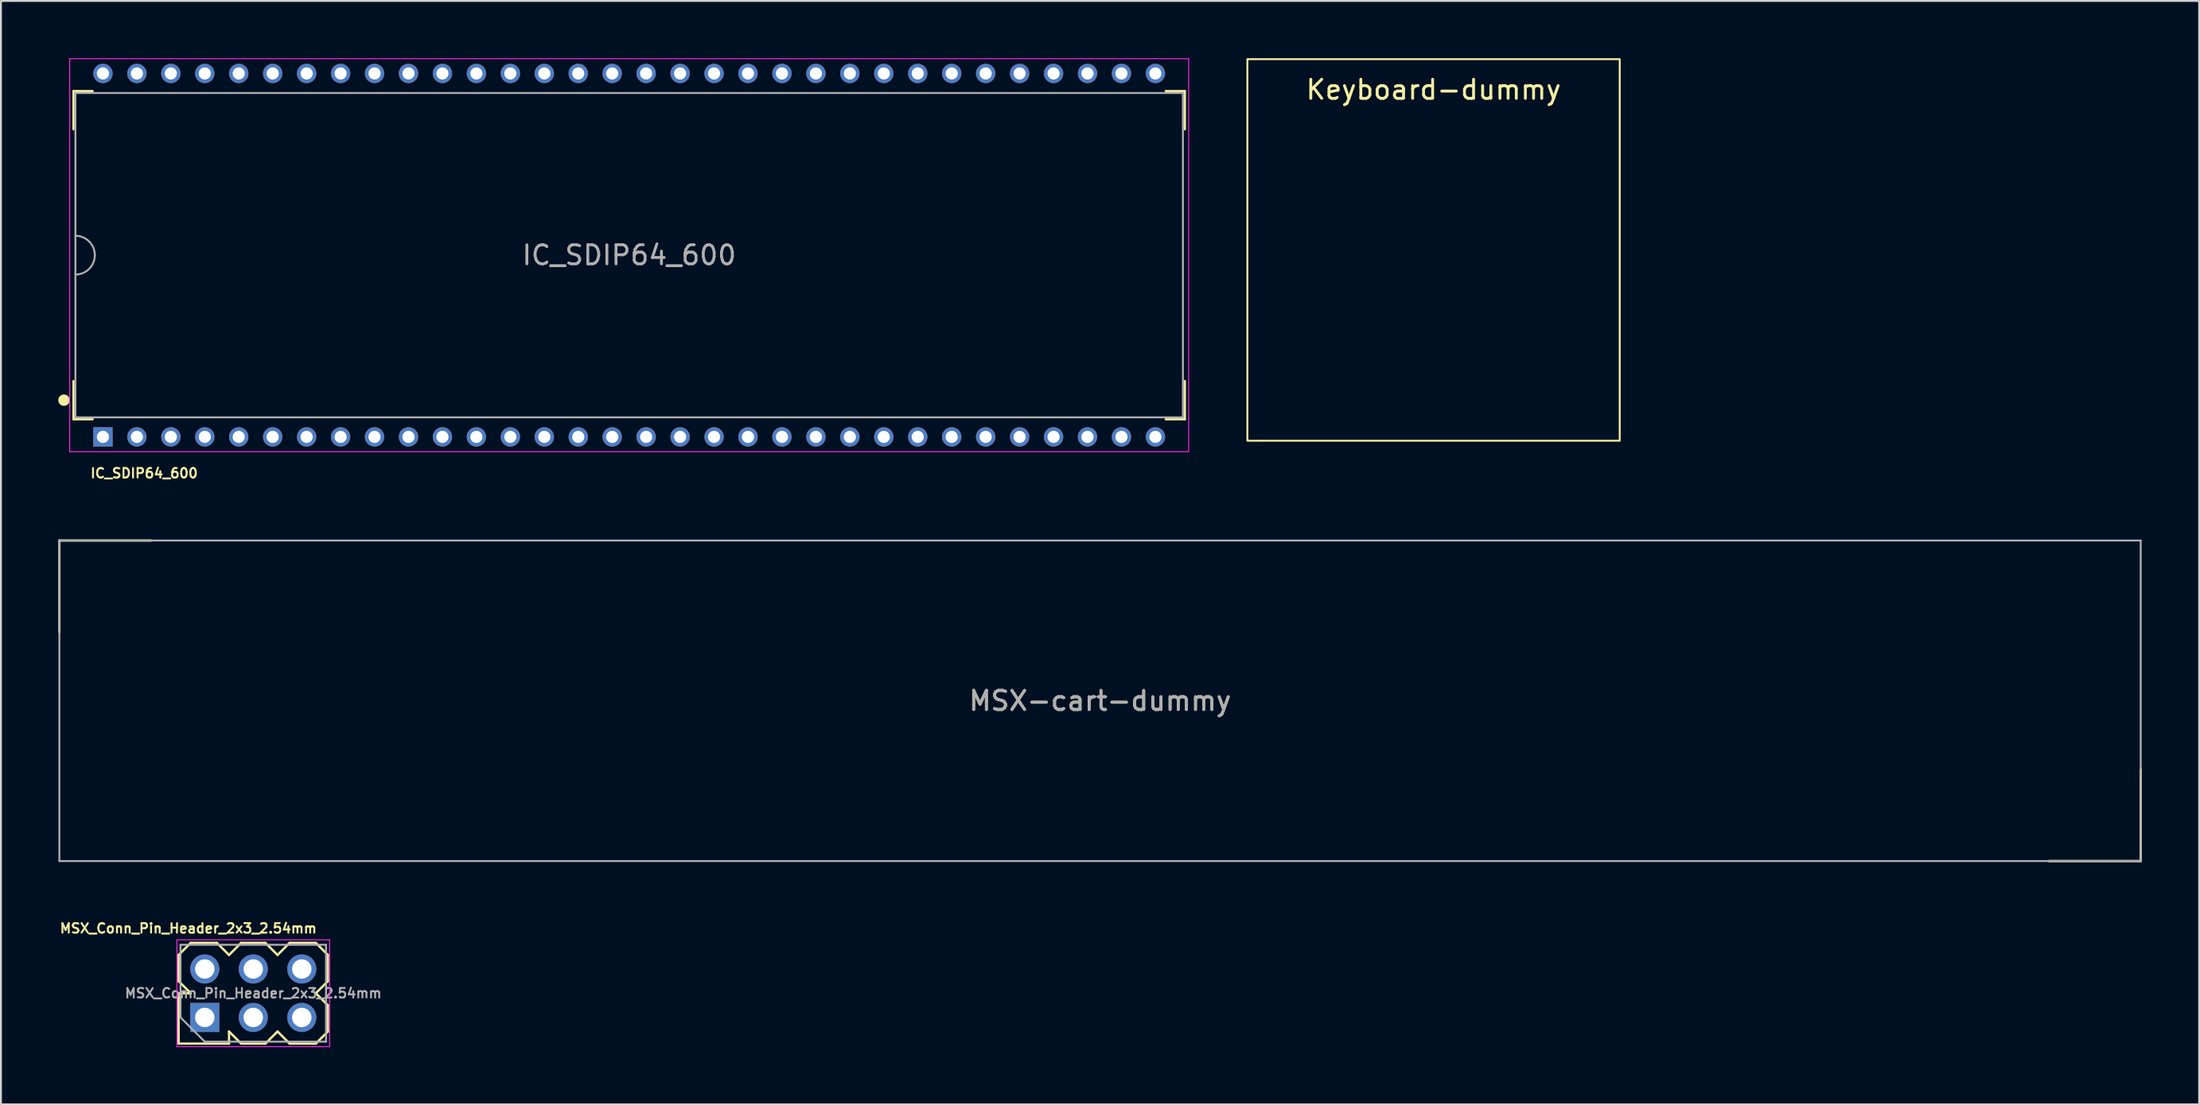
<source format=kicad_pcb>
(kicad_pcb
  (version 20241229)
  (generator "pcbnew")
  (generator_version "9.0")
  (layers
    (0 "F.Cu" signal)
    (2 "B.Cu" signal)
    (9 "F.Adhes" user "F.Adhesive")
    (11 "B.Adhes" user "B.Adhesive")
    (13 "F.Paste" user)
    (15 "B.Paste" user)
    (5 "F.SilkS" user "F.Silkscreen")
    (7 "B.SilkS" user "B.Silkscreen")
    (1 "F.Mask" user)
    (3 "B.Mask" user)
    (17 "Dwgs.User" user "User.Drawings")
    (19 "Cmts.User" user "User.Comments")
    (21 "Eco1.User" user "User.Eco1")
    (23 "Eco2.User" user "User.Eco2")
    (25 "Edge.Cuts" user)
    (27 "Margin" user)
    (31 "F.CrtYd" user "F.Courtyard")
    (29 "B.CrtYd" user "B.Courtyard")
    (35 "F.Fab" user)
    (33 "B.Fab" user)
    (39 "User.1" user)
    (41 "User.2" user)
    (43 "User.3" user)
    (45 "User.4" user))
  (footprint "MSX-cart-dummy"
    (layer "F.Cu")
    (at 54.56 33.683)
    (property "Reference" "MSX-cart-dummy" (at 0 0 0) (layer "F.SilkS") (effects (font (size 1 1) (thickness 0.15))))
    (attr through_hole)
    (fp_line (start -54.5 -8.4) (end -54.5 -3.6) (stroke (width 0.12) (type solid)) (layer "F.SilkS"))
    (fp_line (start -54.5 -8.4) (end -49.7 -8.4) (stroke (width 0.12) (type solid)) (layer "F.SilkS"))
    (fp_line (start 54.5 8.4) (end 49.7 8.4) (stroke (width 0.12) (type solid)) (layer "F.SilkS"))
    (fp_line (start 54.5 8.4) (end 54.5 3.6) (stroke (width 0.12) (type solid)) (layer "F.SilkS"))
    (fp_line (start -54.5 -8.4) (end -54.5 8.4) (stroke (width 0.1) (type solid)) (layer "F.Fab"))
    (fp_line (start -54.5 -8.4) (end 54.5 -8.4) (stroke (width 0.1) (type solid)) (layer "F.Fab"))
    (fp_line (start 54.5 8.4) (end -54.5 8.4) (stroke (width 0.1) (type solid)) (layer "F.Fab"))
    (fp_line (start 54.5 8.4) (end 54.5 -8.4) (stroke (width 0.1) (type solid)) (layer "F.Fab"))
    (fp_text user "${REFERENCE}" (at 0 0 0) (layer "F.Fab") (effects (font (size 1 1) (thickness 0.15)))))
  (footprint "MSX_Conn_Pin_Header_2x3_2.54mm"
    (layer "F.Cu")
    (at 10.214 49.011)
    (property "Reference" "MSX_Conn_Pin_Header_2x3_2.54mm" (at -3.4 -3.4 180) (layer "F.SilkS") (effects (font (size 0.5 0.5) (thickness 0.1))))
    (attr through_hole)
    (fp_line (start -3.91 -2.005) (end -3.275 -2.64) (stroke (width 0.12) (type solid)) (layer "F.SilkS"))
    (fp_line (start -3.91 -0.635) (end -3.91 -2.005) (stroke (width 0.12) (type solid)) (layer "F.SilkS"))
    (fp_line (start -3.91 0) (end -3.275 0) (stroke (width 0.12) (type solid)) (layer "F.SilkS"))
    (fp_line (start -3.91 2.64) (end -3.91 0) (stroke (width 0.12) (type solid)) (layer "F.SilkS"))
    (fp_line (start -3.275 -2.64) (end -1.905 -2.64) (stroke (width 0.12) (type solid)) (layer "F.SilkS"))
    (fp_line (start -3.275 0) (end -3.91 -0.635) (stroke (width 0.12) (type solid)) (layer "F.SilkS"))
    (fp_line (start -1.905 -2.64) (end -1.27 -2.005) (stroke (width 0.12) (type solid)) (layer "F.SilkS"))
    (fp_line (start -1.27 -2.005) (end -0.635 -2.64) (stroke (width 0.12) (type solid)) (layer "F.SilkS"))
    (fp_line (start -1.27 2.64) (end -3.91 2.64) (stroke (width 0.12) (type solid)) (layer "F.SilkS"))
    (fp_line (start -1.27 2.64) (end -1.27 2.005) (stroke (width 0.12) (type solid)) (layer "F.SilkS"))
    (fp_line (start -0.635 -2.64) (end 0.635 -2.64) (stroke (width 0.12) (type solid)) (layer "F.SilkS"))
    (fp_line (start -0.635 2.64) (end -1.27 2.005) (stroke (width 0.12) (type solid)) (layer "F.SilkS"))
    (fp_line (start 0.635 -2.64) (end 1.27 -2.005) (stroke (width 0.12) (type solid)) (layer "F.SilkS"))
    (fp_line (start 0.635 2.64) (end -0.635 2.64) (stroke (width 0.12) (type solid)) (layer "F.SilkS"))
    (fp_line (start 0.635 2.64) (end 1.27 2.005) (stroke (width 0.12) (type solid)) (layer "F.SilkS"))
    (fp_line (start 1.27 -2.005) (end 1.905 -2.64) (stroke (width 0.12) (type solid)) (layer "F.SilkS"))
    (fp_line (start 1.27 2.005) (end 1.905 2.64) (stroke (width 0.12) (type solid)) (layer "F.SilkS"))
    (fp_line (start 1.905 -2.64) (end 3.275 -2.64) (stroke (width 0.12) (type solid)) (layer "F.SilkS"))
    (fp_line (start 1.905 2.64) (end 3.275 2.64) (stroke (width 0.12) (type solid)) (layer "F.SilkS"))
    (fp_line (start 3.275 -2.64) (end 3.91 -2.005) (stroke (width 0.12) (type solid)) (layer "F.SilkS"))
    (fp_line (start 3.275 0) (end 3.91 -0.635) (stroke (width 0.12) (type solid)) (layer "F.SilkS"))
    (fp_line (start 3.91 -0.635) (end 3.91 -2.005) (stroke (width 0.12) (type solid)) (layer "F.SilkS"))
    (fp_line (start 3.91 0.635) (end 3.275 0) (stroke (width 0.12) (type solid)) (layer "F.SilkS"))
    (fp_line (start 3.91 2.005) (end 3.275 2.64) (stroke (width 0.12) (type solid)) (layer "F.SilkS"))
    (fp_line (start 3.91 2.005) (end 3.91 0.635) (stroke (width 0.12) (type solid)) (layer "F.SilkS"))
    (fp_line (start -4 -2.8) (end 4 -2.8) (stroke (width 0.05) (type solid)) (layer "F.CrtYd"))
    (fp_line (start -4 2.8) (end -4 -2.8) (stroke (width 0.05) (type solid)) (layer "F.CrtYd"))
    (fp_line (start 4 -2.8) (end 4 2.8) (stroke (width 0.05) (type solid)) (layer "F.CrtYd"))
    (fp_line (start 4 2.8) (end -4 2.8) (stroke (width 0.05) (type solid)) (layer "F.CrtYd"))
    (fp_line (start -3.81 -2.54) (end 3.81 -2.54) (stroke (width 0.1) (type solid)) (layer "F.Fab"))
    (fp_line (start -3.81 1.27) (end -3.81 -2.54) (stroke (width 0.1) (type solid)) (layer "F.Fab"))
    (fp_line (start -2.54 2.54) (end -3.81 1.27) (stroke (width 0.1) (type solid)) (layer "F.Fab"))
    (fp_line (start 3.81 -2.54) (end 3.81 2.54) (stroke (width 0.1) (type solid)) (layer "F.Fab"))
    (fp_line (start 3.81 2.54) (end -2.54 2.54) (stroke (width 0.1) (type solid)) (layer "F.Fab"))
    (fp_text user "${REFERENCE}" (at 0 0 0) (layer "F.Fab") (effects (font (size 0.5 0.5) (thickness 0.1))))
    (pad "1" thru_hole rect (at -2.54 1.27) (size 1.524 1.524) (drill 1.016) (layers "*.Cu" "*.Mask"))
    (pad "2" thru_hole circle (at -2.54 -1.27) (size 1.524 1.524) (drill 1.016) (layers "*.Cu" "*.Mask"))
    (pad "3" thru_hole circle (at 0 1.27) (size 1.524 1.524) (drill 1.016) (layers "*.Cu" "*.Mask"))
    (pad "4" thru_hole circle (at 0 -1.27) (size 1.524 1.524) (drill 1.016) (layers "*.Cu" "*.Mask"))
    (pad "5" thru_hole circle (at 2.54 1.27) (size 1.524 1.524) (drill 1.016) (layers "*.Cu" "*.Mask"))
    (pad "6" thru_hole circle (at 2.54 -1.27) (size 1.524 1.524) (drill 1.016) (layers "*.Cu" "*.Mask")))
  (footprint "Keyboard-dummy"
    (layer "F.Cu")
    (at 72.025 10.05)
    (property "Reference" "Keyboard-dummy" (at 0 -8.4 180) (layer "F.SilkS") (effects (font (size 1 1) (thickness 0.15))))
    (attr exclude_from_pos_files exclude_from_bom)
    (fp_rect (start -9.75 -10) (end 9.75 10) (stroke (width 0.1) (type solid)) (fill no) (layer "F.SilkS")))
  (footprint "IC_SDIP64_600"
    (layer "F.Cu")
    (at 29.9 10.325)
    (property "Reference" "IC_SDIP64_600" (at -25.4 11.43 0) (layer "F.SilkS") (effects (font (size 0.5 0.5) (thickness 0.1))))
    (attr through_hole)
    (fp_line (start -29.1 -6.6) (end -29.1 -8.6) (stroke (width 0.12) (type solid)) (layer "F.SilkS"))
    (fp_line (start -29.1 6.6) (end -29.1 8.6) (stroke (width 0.12) (type solid)) (layer "F.SilkS"))
    (fp_line (start -29.1 8.6) (end -28.1 8.6) (stroke (width 0.12) (type solid)) (layer "F.SilkS"))
    (fp_line (start -28.1 -8.6) (end -29.1 -8.6) (stroke (width 0.12) (type solid)) (layer "F.SilkS"))
    (fp_line (start 28.1 8.6) (end 29.1 8.6) (stroke (width 0.12) (type solid)) (layer "F.SilkS"))
    (fp_line (start 29.1 -8.6) (end 28.1 -8.6) (stroke (width 0.12) (type solid)) (layer "F.SilkS"))
    (fp_line (start 29.1 -6.6) (end 29.1 -8.6) (stroke (width 0.12) (type solid)) (layer "F.SilkS"))
    (fp_line (start 29.1 6.6) (end 29.1 8.6) (stroke (width 0.12) (type solid)) (layer "F.SilkS"))
    (fp_circle (center -29.6 7.6) (end -29.45 7.6) (stroke (width 0.3) (type solid)) (fill no) (layer "F.SilkS"))
    (fp_line (start -29.3 -10.3) (end -29.3 10.3) (stroke (width 0.05) (type solid)) (layer "F.CrtYd"))
    (fp_line (start -29.3 10.3) (end 29.3 10.3) (stroke (width 0.05) (type solid)) (layer "F.CrtYd"))
    (fp_line (start 29.3 -10.3) (end -29.3 -10.3) (stroke (width 0.05) (type solid)) (layer "F.CrtYd"))
    (fp_line (start 29.3 10.3) (end 29.3 -10.3) (stroke (width 0.05) (type solid)) (layer "F.CrtYd"))
    (fp_line (start -29 -8.5) (end 29 -8.5) (stroke (width 0.1) (type solid)) (layer "F.Fab"))
    (fp_line (start -29 8.5) (end -29 -8.5) (stroke (width 0.1) (type solid)) (layer "F.Fab"))
    (fp_line (start 29 -8.5) (end 29 8.5) (stroke (width 0.1) (type solid)) (layer "F.Fab"))
    (fp_line (start 29 8.5) (end -29 8.5) (stroke (width 0.1) (type solid)) (layer "F.Fab"))
    (fp_arc (start -29 -1.016) (mid -28.28158 -0.71842) (end -27.984 0) (stroke (width 0.1) (type solid)) (layer "F.Fab"))
    (fp_arc (start -27.984 0) (mid -28.28158 0.71842) (end -29 1.016) (stroke (width 0.1) (type solid)) (layer "F.Fab"))
    (fp_text user "${REFERENCE}" (at 0 0 0) (layer "F.Fab") (effects (font (size 1 1) (thickness 0.15))))
    (pad "1" thru_hole rect (at -27.559 9.525) (size 1.016 1.016) (drill 0.635) (layers "*.Cu" "*.Mask"))
    (pad "2" thru_hole circle (at -25.781 9.525) (size 1.016 1.016) (drill 0.635) (layers "*.Cu" "*.Mask"))
    (pad "3" thru_hole circle (at -24.003 9.525) (size 1.016 1.016) (drill 0.635) (layers "*.Cu" "*.Mask"))
    (pad "4" thru_hole circle (at -22.225 9.525) (size 1.016 1.016) (drill 0.635) (layers "*.Cu" "*.Mask"))
    (pad "5" thru_hole circle (at -20.447 9.525) (size 1.016 1.016) (drill 0.635) (layers "*.Cu" "*.Mask"))
    (pad "6" thru_hole circle (at -18.669 9.525) (size 1.016 1.016) (drill 0.635) (layers "*.Cu" "*.Mask"))
    (pad "7" thru_hole circle (at -16.891 9.525) (size 1.016 1.016) (drill 0.635) (layers "*.Cu" "*.Mask"))
    (pad "8" thru_hole circle (at -15.113 9.525) (size 1.016 1.016) (drill 0.635) (layers "*.Cu" "*.Mask"))
    (pad "9" thru_hole circle (at -13.335 9.525) (size 1.016 1.016) (drill 0.635) (layers "*.Cu" "*.Mask"))
    (pad "10" thru_hole circle (at -11.557 9.525) (size 1.016 1.016) (drill 0.635) (layers "*.Cu" "*.Mask"))
    (pad "11" thru_hole circle (at -9.779 9.525) (size 1.016 1.016) (drill 0.635) (layers "*.Cu" "*.Mask"))
    (pad "12" thru_hole circle (at -8.001 9.525) (size 1.016 1.016) (drill 0.635) (layers "*.Cu" "*.Mask"))
    (pad "13" thru_hole circle (at -6.223 9.525) (size 1.016 1.016) (drill 0.635) (layers "*.Cu" "*.Mask"))
    (pad "14" thru_hole circle (at -4.445 9.525) (size 1.016 1.016) (drill 0.635) (layers "*.Cu" "*.Mask"))
    (pad "15" thru_hole circle (at -2.667 9.525) (size 1.016 1.016) (drill 0.635) (layers "*.Cu" "*.Mask"))
    (pad "16" thru_hole circle (at -0.889 9.525) (size 1.016 1.016) (drill 0.635) (layers "*.Cu" "*.Mask"))
    (pad "17" thru_hole circle (at 0.889 9.525) (size 1.016 1.016) (drill 0.635) (layers "*.Cu" "*.Mask"))
    (pad "18" thru_hole circle (at 2.667 9.525) (size 1.016 1.016) (drill 0.635) (layers "*.Cu" "*.Mask"))
    (pad "19" thru_hole circle (at 4.445 9.525) (size 1.016 1.016) (drill 0.635) (layers "*.Cu" "*.Mask"))
    (pad "20" thru_hole circle (at 6.223 9.525) (size 1.016 1.016) (drill 0.635) (layers "*.Cu" "*.Mask"))
    (pad "21" thru_hole circle (at 8.001 9.525) (size 1.016 1.016) (drill 0.635) (layers "*.Cu" "*.Mask"))
    (pad "22" thru_hole circle (at 9.779 9.525) (size 1.016 1.016) (drill 0.635) (layers "*.Cu" "*.Mask"))
    (pad "23" thru_hole circle (at 11.557 9.525) (size 1.016 1.016) (drill 0.635) (layers "*.Cu" "*.Mask"))
    (pad "24" thru_hole circle (at 13.335 9.525) (size 1.016 1.016) (drill 0.635) (layers "*.Cu" "*.Mask"))
    (pad "25" thru_hole circle (at 15.113 9.525) (size 1.016 1.016) (drill 0.635) (layers "*.Cu" "*.Mask"))
    (pad "26" thru_hole circle (at 16.891 9.525) (size 1.016 1.016) (drill 0.635) (layers "*.Cu" "*.Mask"))
    (pad "27" thru_hole circle (at 18.669 9.525) (size 1.016 1.016) (drill 0.635) (layers "*.Cu" "*.Mask"))
    (pad "28" thru_hole circle (at 20.447 9.525) (size 1.016 1.016) (drill 0.635) (layers "*.Cu" "*.Mask"))
    (pad "29" thru_hole circle (at 22.225 9.525) (size 1.016 1.016) (drill 0.635) (layers "*.Cu" "*.Mask"))
    (pad "30" thru_hole circle (at 24.003 9.525) (size 1.016 1.016) (drill 0.635) (layers "*.Cu" "*.Mask"))
    (pad "31" thru_hole circle (at 25.781 9.525) (size 1.016 1.016) (drill 0.635) (layers "*.Cu" "*.Mask"))
    (pad "32" thru_hole circle (at 27.559 9.525) (size 1.016 1.016) (drill 0.635) (layers "*.Cu" "*.Mask"))
    (pad "33" thru_hole circle (at 27.559 -9.525) (size 1.016 1.016) (drill 0.635) (layers "*.Cu" "*.Mask"))
    (pad "34" thru_hole circle (at 25.781 -9.525) (size 1.016 1.016) (drill 0.635) (layers "*.Cu" "*.Mask"))
    (pad "35" thru_hole circle (at 24.003 -9.525) (size 1.016 1.016) (drill 0.635) (layers "*.Cu" "*.Mask"))
    (pad "36" thru_hole circle (at 22.225 -9.525) (size 1.016 1.016) (drill 0.635) (layers "*.Cu" "*.Mask"))
    (pad "37" thru_hole circle (at 20.447 -9.525) (size 1.016 1.016) (drill 0.635) (layers "*.Cu" "*.Mask"))
    (pad "38" thru_hole circle (at 18.669 -9.525) (size 1.016 1.016) (drill 0.635) (layers "*.Cu" "*.Mask"))
    (pad "39" thru_hole circle (at 16.891 -9.525) (size 1.016 1.016) (drill 0.635) (layers "*.Cu" "*.Mask"))
    (pad "40" thru_hole circle (at 15.113 -9.525) (size 1.016 1.016) (drill 0.635) (layers "*.Cu" "*.Mask"))
    (pad "41" thru_hole circle (at 13.335 -9.525) (size 1.016 1.016) (drill 0.635) (layers "*.Cu" "*.Mask"))
    (pad "42" thru_hole circle (at 11.557 -9.525) (size 1.016 1.016) (drill 0.635) (layers "*.Cu" "*.Mask"))
    (pad "43" thru_hole circle (at 9.779 -9.525) (size 1.016 1.016) (drill 0.635) (layers "*.Cu" "*.Mask"))
    (pad "44" thru_hole circle (at 8.001 -9.525) (size 1.016 1.016) (drill 0.635) (layers "*.Cu" "*.Mask"))
    (pad "45" thru_hole circle (at 6.223 -9.525) (size 1.016 1.016) (drill 0.635) (layers "*.Cu" "*.Mask"))
    (pad "46" thru_hole circle (at 4.445 -9.525) (size 1.016 1.016) (drill 0.635) (layers "*.Cu" "*.Mask"))
    (pad "47" thru_hole circle (at 2.667 -9.525) (size 1.016 1.016) (drill 0.635) (layers "*.Cu" "*.Mask"))
    (pad "48" thru_hole circle (at 0.889 -9.525) (size 1.016 1.016) (drill 0.635) (layers "*.Cu" "*.Mask"))
    (pad "49" thru_hole circle (at -0.889 -9.525) (size 1.016 1.016) (drill 0.635) (layers "*.Cu" "*.Mask"))
    (pad "50" thru_hole circle (at -2.667 -9.525) (size 1.016 1.016) (drill 0.635) (layers "*.Cu" "*.Mask"))
    (pad "51" thru_hole circle (at -4.445 -9.525) (size 1.016 1.016) (drill 0.635) (layers "*.Cu" "*.Mask"))
    (pad "52" thru_hole circle (at -6.223 -9.525) (size 1.016 1.016) (drill 0.635) (layers "*.Cu" "*.Mask"))
    (pad "53" thru_hole circle (at -8.001 -9.525) (size 1.016 1.016) (drill 0.635) (layers "*.Cu" "*.Mask"))
    (pad "54" thru_hole circle (at -9.779 -9.525) (size 1.016 1.016) (drill 0.635) (layers "*.Cu" "*.Mask"))
    (pad "55" thru_hole circle (at -11.557 -9.525) (size 1.016 1.016) (drill 0.635) (layers "*.Cu" "*.Mask"))
    (pad "56" thru_hole circle (at -13.335 -9.525) (size 1.016 1.016) (drill 0.635) (layers "*.Cu" "*.Mask"))
    (pad "57" thru_hole circle (at -15.113 -9.525) (size 1.016 1.016) (drill 0.635) (layers "*.Cu" "*.Mask"))
    (pad "58" thru_hole circle (at -16.891 -9.525) (size 1.016 1.016) (drill 0.635) (layers "*.Cu" "*.Mask"))
    (pad "59" thru_hole circle (at -18.669 -9.525) (size 1.016 1.016) (drill 0.635) (layers "*.Cu" "*.Mask"))
    (pad "60" thru_hole circle (at -20.447 -9.525) (size 1.016 1.016) (drill 0.635) (layers "*.Cu" "*.Mask"))
    (pad "61" thru_hole circle (at -22.225 -9.525) (size 1.016 1.016) (drill 0.635) (layers "*.Cu" "*.Mask"))
    (pad "62" thru_hole circle (at -24.003 -9.525) (size 1.016 1.016) (drill 0.635) (layers "*.Cu" "*.Mask"))
    (pad "63" thru_hole circle (at -25.781 -9.525) (size 1.016 1.016) (drill 0.635) (layers "*.Cu" "*.Mask"))
    (pad "64" thru_hole circle (at -27.559 -9.525) (size 1.016 1.016) (drill 0.635) (layers "*.Cu" "*.Mask")))
  (gr_rect
    (start -3 -3)
    (end 112.12 54.836)
    (stroke (width 0.1) (type default))
    (fill no)
    (layer "Edge.Cuts")))
</source>
